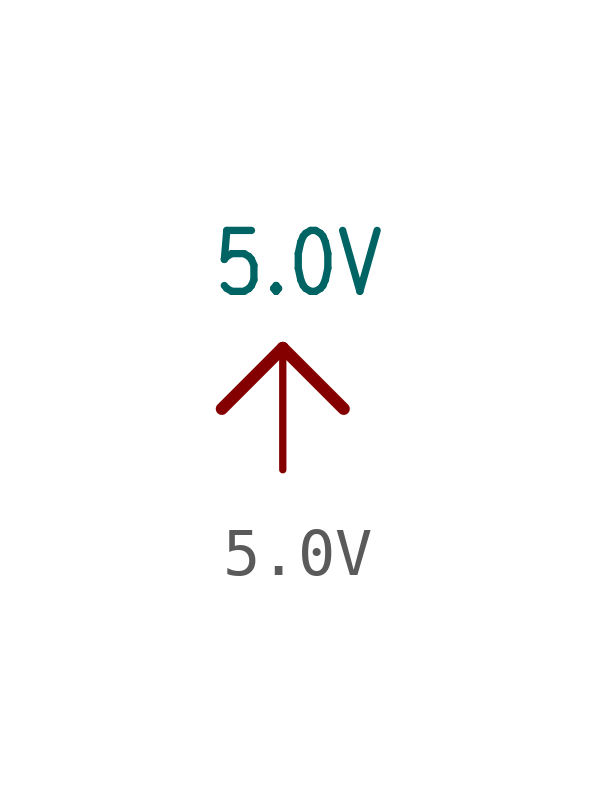
<source format=kicad_sym>
(kicad_symbol_lib
  (version 20211014)
  (generator kicad_symbol_editor)
  (symbol "5.0V"
    (power)
    (property "Reference" ""
      (at 0 0 0)
      (effects (font (size 1.27 1.27)) hide))
    (property "Value" "5.0V"
      (at -1.524 1.016 0)
      (effects (font (size 1.27 1.079)) (justify left bottom)))
    (property "ki_locked" ""
      (at 0 0 0)
      (effects (font (size 1.27 1.27))))
    (symbol "5.0V_1_0"
      (polyline (pts (xy -1.27 -1.27) (xy 0 0)) (stroke (width 0.254) (type default) (color 0 0 0 0)) (fill (type none)))
      (polyline (pts (xy 0 0) (xy 1.27 -1.27)) (stroke (width 0.254) (type default) (color 0 0 0 0)) (fill (type none)))
      (pin power_in line (at 0 -2.54 90) (length 2.54) (name "5.0V" (effects (font (size 0 0)))) (number "1" (effects (font (size 0 0))))))))
</source>
